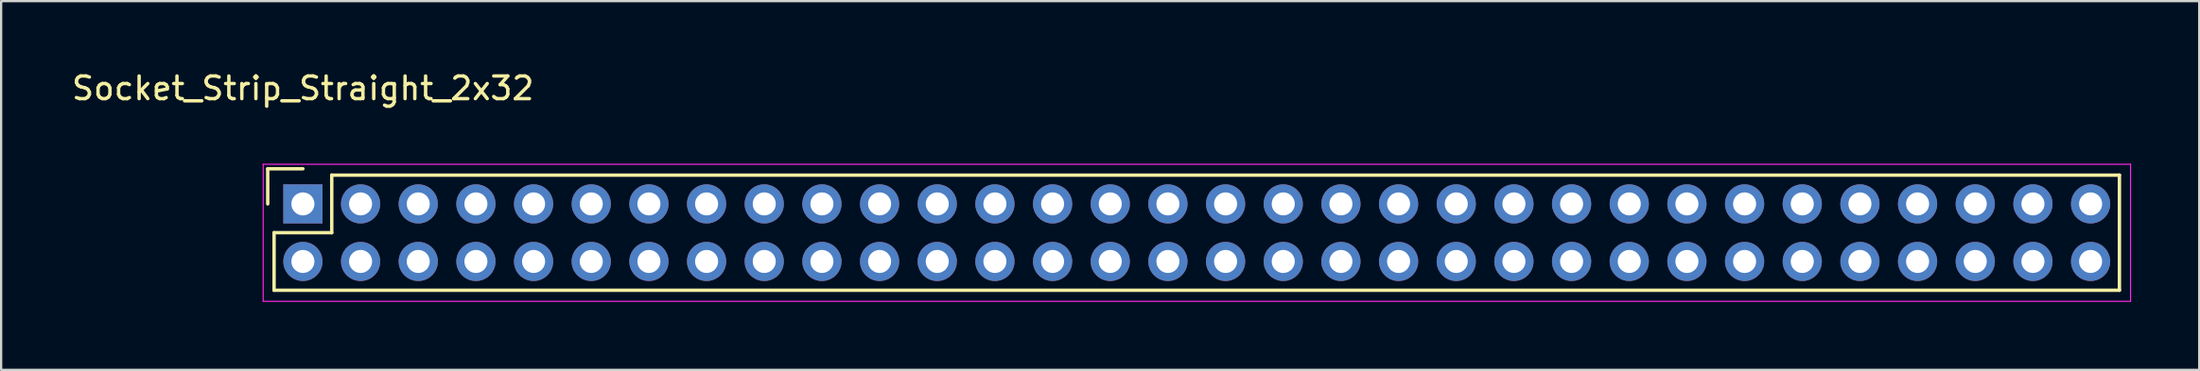
<source format=kicad_pcb>
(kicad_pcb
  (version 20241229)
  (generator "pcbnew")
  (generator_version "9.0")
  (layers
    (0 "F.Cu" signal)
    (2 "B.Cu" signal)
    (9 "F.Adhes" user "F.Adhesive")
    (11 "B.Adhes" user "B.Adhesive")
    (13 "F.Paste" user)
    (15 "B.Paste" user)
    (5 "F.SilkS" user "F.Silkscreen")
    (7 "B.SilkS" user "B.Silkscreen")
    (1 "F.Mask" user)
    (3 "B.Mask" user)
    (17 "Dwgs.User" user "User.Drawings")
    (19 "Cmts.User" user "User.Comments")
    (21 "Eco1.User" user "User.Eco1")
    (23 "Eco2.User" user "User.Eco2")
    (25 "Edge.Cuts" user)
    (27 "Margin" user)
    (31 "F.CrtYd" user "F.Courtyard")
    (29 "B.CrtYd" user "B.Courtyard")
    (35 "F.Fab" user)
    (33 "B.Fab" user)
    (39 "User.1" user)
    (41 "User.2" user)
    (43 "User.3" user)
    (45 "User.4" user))
  (footprint "Socket_Strip_Straight_2x32"
    (layer "F.Cu")
    (at 10.292 5.948)
    (property "Reference" "Socket_Strip_Straight_2x32" (at 0 -5.1 0) (layer "F.SilkS") (effects (font (size 1 1) (thickness 0.15))))
    (attr through_hole)
    (fp_line (start -1.55 -1.55) (end -1.55 0) (stroke (width 0.15) (type solid)) (layer "F.SilkS"))
    (fp_line (start -1.27 1.27) (end 1.27 1.27) (stroke (width 0.15) (type solid)) (layer "F.SilkS"))
    (fp_line (start -1.27 3.81) (end -1.27 1.27) (stroke (width 0.15) (type solid)) (layer "F.SilkS"))
    (fp_line (start 0 -1.55) (end -1.55 -1.55) (stroke (width 0.15) (type solid)) (layer "F.SilkS"))
    (fp_line (start 1.27 -1.27) (end 80.01 -1.27) (stroke (width 0.15) (type solid)) (layer "F.SilkS"))
    (fp_line (start 1.27 1.27) (end 1.27 -1.27) (stroke (width 0.15) (type solid)) (layer "F.SilkS"))
    (fp_line (start 80.01 3.81) (end -1.27 3.81) (stroke (width 0.15) (type solid)) (layer "F.SilkS"))
    (fp_line (start 80.01 3.81) (end 80.01 -1.27) (stroke (width 0.15) (type solid)) (layer "F.SilkS"))
    (fp_line (start -1.75 -1.75) (end -1.75 4.3) (stroke (width 0.05) (type solid)) (layer "F.CrtYd"))
    (fp_line (start -1.75 -1.75) (end 80.5 -1.75) (stroke (width 0.05) (type solid)) (layer "F.CrtYd"))
    (fp_line (start -1.75 4.3) (end 80.5 4.3) (stroke (width 0.05) (type solid)) (layer "F.CrtYd"))
    (fp_line (start 80.5 -1.75) (end 80.5 4.3) (stroke (width 0.05) (type solid)) (layer "F.CrtYd"))
    (pad "1" thru_hole rect (at 0 0) (size 1.727 1.727) (drill 1.016) (layers "*.Cu" "*.Mask"))
    (pad "2" thru_hole oval (at 0 2.54) (size 1.727 1.727) (drill 1.016) (layers "*.Cu" "*.Mask"))
    (pad "3" thru_hole oval (at 2.54 0) (size 1.727 1.727) (drill 1.016) (layers "*.Cu" "*.Mask"))
    (pad "4" thru_hole oval (at 2.54 2.54) (size 1.727 1.727) (drill 1.016) (layers "*.Cu" "*.Mask"))
    (pad "5" thru_hole oval (at 5.08 0) (size 1.727 1.727) (drill 1.016) (layers "*.Cu" "*.Mask"))
    (pad "6" thru_hole oval (at 5.08 2.54) (size 1.727 1.727) (drill 1.016) (layers "*.Cu" "*.Mask"))
    (pad "7" thru_hole oval (at 7.62 0) (size 1.727 1.727) (drill 1.016) (layers "*.Cu" "*.Mask"))
    (pad "8" thru_hole oval (at 7.62 2.54) (size 1.727 1.727) (drill 1.016) (layers "*.Cu" "*.Mask"))
    (pad "9" thru_hole oval (at 10.16 0) (size 1.727 1.727) (drill 1.016) (layers "*.Cu" "*.Mask"))
    (pad "10" thru_hole oval (at 10.16 2.54) (size 1.727 1.727) (drill 1.016) (layers "*.Cu" "*.Mask"))
    (pad "11" thru_hole oval (at 12.7 0) (size 1.727 1.727) (drill 1.016) (layers "*.Cu" "*.Mask"))
    (pad "12" thru_hole oval (at 12.7 2.54) (size 1.727 1.727) (drill 1.016) (layers "*.Cu" "*.Mask"))
    (pad "13" thru_hole oval (at 15.24 0) (size 1.727 1.727) (drill 1.016) (layers "*.Cu" "*.Mask"))
    (pad "14" thru_hole oval (at 15.24 2.54) (size 1.727 1.727) (drill 1.016) (layers "*.Cu" "*.Mask"))
    (pad "15" thru_hole oval (at 17.78 0) (size 1.727 1.727) (drill 1.016) (layers "*.Cu" "*.Mask"))
    (pad "16" thru_hole oval (at 17.78 2.54) (size 1.727 1.727) (drill 1.016) (layers "*.Cu" "*.Mask"))
    (pad "17" thru_hole oval (at 20.32 0) (size 1.727 1.727) (drill 1.016) (layers "*.Cu" "*.Mask"))
    (pad "18" thru_hole oval (at 20.32 2.54) (size 1.727 1.727) (drill 1.016) (layers "*.Cu" "*.Mask"))
    (pad "19" thru_hole oval (at 22.86 0) (size 1.727 1.727) (drill 1.016) (layers "*.Cu" "*.Mask"))
    (pad "20" thru_hole oval (at 22.86 2.54) (size 1.727 1.727) (drill 1.016) (layers "*.Cu" "*.Mask"))
    (pad "21" thru_hole oval (at 25.4 0) (size 1.727 1.727) (drill 1.016) (layers "*.Cu" "*.Mask"))
    (pad "22" thru_hole oval (at 25.4 2.54) (size 1.727 1.727) (drill 1.016) (layers "*.Cu" "*.Mask"))
    (pad "23" thru_hole oval (at 27.94 0) (size 1.727 1.727) (drill 1.016) (layers "*.Cu" "*.Mask"))
    (pad "24" thru_hole oval (at 27.94 2.54) (size 1.727 1.727) (drill 1.016) (layers "*.Cu" "*.Mask"))
    (pad "25" thru_hole oval (at 30.48 0) (size 1.727 1.727) (drill 1.016) (layers "*.Cu" "*.Mask"))
    (pad "26" thru_hole oval (at 30.48 2.54) (size 1.727 1.727) (drill 1.016) (layers "*.Cu" "*.Mask"))
    (pad "27" thru_hole oval (at 33.02 0) (size 1.727 1.727) (drill 1.016) (layers "*.Cu" "*.Mask"))
    (pad "28" thru_hole oval (at 33.02 2.54) (size 1.727 1.727) (drill 1.016) (layers "*.Cu" "*.Mask"))
    (pad "29" thru_hole oval (at 35.56 0) (size 1.727 1.727) (drill 1.016) (layers "*.Cu" "*.Mask"))
    (pad "30" thru_hole oval (at 35.56 2.54) (size 1.727 1.727) (drill 1.016) (layers "*.Cu" "*.Mask"))
    (pad "31" thru_hole oval (at 38.1 0) (size 1.727 1.727) (drill 1.016) (layers "*.Cu" "*.Mask"))
    (pad "32" thru_hole oval (at 38.1 2.54) (size 1.727 1.727) (drill 1.016) (layers "*.Cu" "*.Mask"))
    (pad "33" thru_hole oval (at 40.64 0) (size 1.727 1.727) (drill 1.016) (layers "*.Cu" "*.Mask"))
    (pad "34" thru_hole oval (at 40.64 2.54) (size 1.727 1.727) (drill 1.016) (layers "*.Cu" "*.Mask"))
    (pad "35" thru_hole oval (at 43.18 0) (size 1.727 1.727) (drill 1.016) (layers "*.Cu" "*.Mask"))
    (pad "36" thru_hole oval (at 43.18 2.54) (size 1.727 1.727) (drill 1.016) (layers "*.Cu" "*.Mask"))
    (pad "37" thru_hole oval (at 45.72 0) (size 1.727 1.727) (drill 1.016) (layers "*.Cu" "*.Mask"))
    (pad "38" thru_hole oval (at 45.72 2.54) (size 1.727 1.727) (drill 1.016) (layers "*.Cu" "*.Mask"))
    (pad "39" thru_hole oval (at 48.26 0) (size 1.727 1.727) (drill 1.016) (layers "*.Cu" "*.Mask"))
    (pad "40" thru_hole oval (at 48.26 2.54) (size 1.727 1.727) (drill 1.016) (layers "*.Cu" "*.Mask"))
    (pad "41" thru_hole oval (at 50.8 0) (size 1.727 1.727) (drill 1.016) (layers "*.Cu" "*.Mask"))
    (pad "42" thru_hole oval (at 50.8 2.54) (size 1.727 1.727) (drill 1.016) (layers "*.Cu" "*.Mask"))
    (pad "43" thru_hole oval (at 53.34 0) (size 1.727 1.727) (drill 1.016) (layers "*.Cu" "*.Mask"))
    (pad "44" thru_hole oval (at 53.34 2.54) (size 1.727 1.727) (drill 1.016) (layers "*.Cu" "*.Mask"))
    (pad "45" thru_hole oval (at 55.88 0) (size 1.727 1.727) (drill 1.016) (layers "*.Cu" "*.Mask"))
    (pad "46" thru_hole oval (at 55.88 2.54) (size 1.727 1.727) (drill 1.016) (layers "*.Cu" "*.Mask"))
    (pad "47" thru_hole oval (at 58.42 0) (size 1.727 1.727) (drill 1.016) (layers "*.Cu" "*.Mask"))
    (pad "48" thru_hole oval (at 58.42 2.54) (size 1.727 1.727) (drill 1.016) (layers "*.Cu" "*.Mask"))
    (pad "49" thru_hole oval (at 60.96 0) (size 1.727 1.727) (drill 1.016) (layers "*.Cu" "*.Mask"))
    (pad "50" thru_hole oval (at 60.96 2.54) (size 1.727 1.727) (drill 1.016) (layers "*.Cu" "*.Mask"))
    (pad "51" thru_hole oval (at 63.5 0) (size 1.727 1.727) (drill 1.016) (layers "*.Cu" "*.Mask"))
    (pad "52" thru_hole oval (at 63.5 2.54) (size 1.727 1.727) (drill 1.016) (layers "*.Cu" "*.Mask"))
    (pad "53" thru_hole oval (at 66.04 0) (size 1.727 1.727) (drill 1.016) (layers "*.Cu" "*.Mask"))
    (pad "54" thru_hole oval (at 66.04 2.54) (size 1.727 1.727) (drill 1.016) (layers "*.Cu" "*.Mask"))
    (pad "55" thru_hole oval (at 68.58 0) (size 1.727 1.727) (drill 1.016) (layers "*.Cu" "*.Mask"))
    (pad "56" thru_hole oval (at 68.58 2.54) (size 1.727 1.727) (drill 1.016) (layers "*.Cu" "*.Mask"))
    (pad "57" thru_hole oval (at 71.12 0) (size 1.727 1.727) (drill 1.016) (layers "*.Cu" "*.Mask"))
    (pad "58" thru_hole oval (at 71.12 2.54) (size 1.727 1.727) (drill 1.016) (layers "*.Cu" "*.Mask"))
    (pad "59" thru_hole oval (at 73.66 0) (size 1.727 1.727) (drill 1.016) (layers "*.Cu" "*.Mask"))
    (pad "60" thru_hole oval (at 73.66 2.54) (size 1.727 1.727) (drill 1.016) (layers "*.Cu" "*.Mask"))
    (pad "61" thru_hole oval (at 76.2 0) (size 1.727 1.727) (drill 1.016) (layers "*.Cu" "*.Mask"))
    (pad "62" thru_hole oval (at 76.2 2.54) (size 1.727 1.727) (drill 1.016) (layers "*.Cu" "*.Mask"))
    (pad "63" thru_hole oval (at 78.74 0) (size 1.727 1.727) (drill 1.016) (layers "*.Cu" "*.Mask"))
    (pad "64" thru_hole oval (at 78.74 2.54) (size 1.727 1.727) (drill 1.016) (layers "*.Cu" "*.Mask")))
  (gr_rect
    (start -3 -3)
    (end 93.817 13.273)
    (stroke (width 0.1) (type default))
    (fill no)
    (layer "Edge.Cuts")))
</source>
